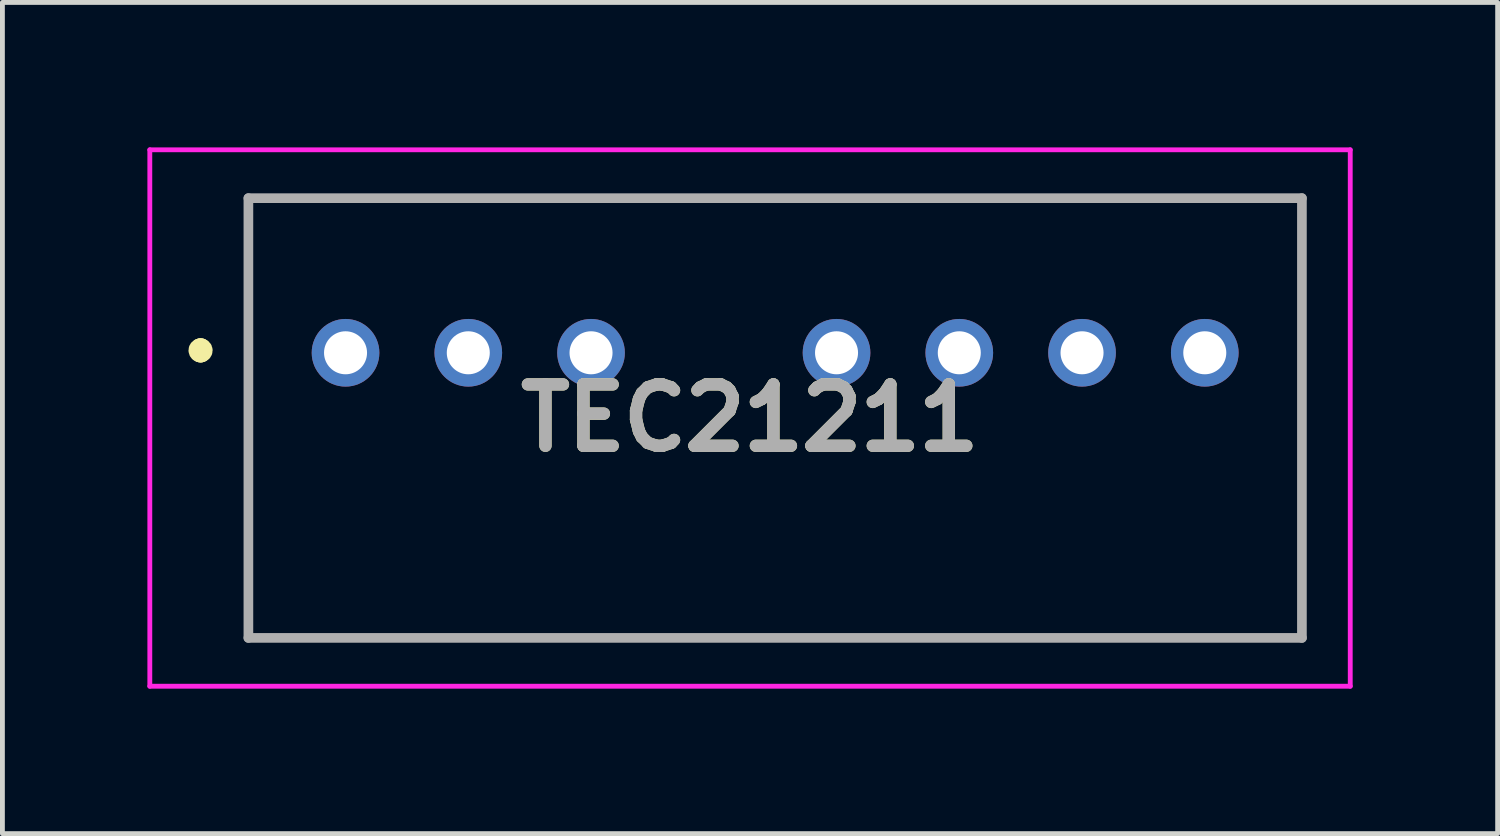
<source format=kicad_pcb>
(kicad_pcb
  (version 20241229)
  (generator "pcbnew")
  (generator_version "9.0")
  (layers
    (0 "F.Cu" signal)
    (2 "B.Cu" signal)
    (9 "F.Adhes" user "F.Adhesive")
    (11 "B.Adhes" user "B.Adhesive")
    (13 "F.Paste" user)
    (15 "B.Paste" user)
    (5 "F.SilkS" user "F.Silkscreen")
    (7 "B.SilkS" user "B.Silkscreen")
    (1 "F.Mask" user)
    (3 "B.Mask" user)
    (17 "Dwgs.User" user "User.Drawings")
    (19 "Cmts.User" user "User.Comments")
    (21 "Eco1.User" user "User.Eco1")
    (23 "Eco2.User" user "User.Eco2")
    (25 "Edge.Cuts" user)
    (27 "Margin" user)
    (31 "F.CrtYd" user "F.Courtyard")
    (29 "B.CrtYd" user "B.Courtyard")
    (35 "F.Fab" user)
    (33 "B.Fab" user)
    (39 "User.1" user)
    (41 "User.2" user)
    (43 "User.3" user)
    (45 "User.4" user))
  (footprint "TEC21211"
    (layer "F.Cu")
    (at 4.1 4.25)
    (property "Reference" "TEC21211" (at 8.37 1.35 0) (layer "F.SilkS") (effects (font (size 1.27 1.27) (thickness 0.254))))
    (attr through_hole)
    (fp_line (start -3 -0.1) (end -3 -0.1) (stroke (width 0.4) (type solid)) (layer "F.SilkS"))
    (fp_line (start -3 0) (end -3 0) (stroke (width 0.4) (type solid)) (layer "F.SilkS"))
    (fp_line (start -2.01 -3.2) (end 19.79 -3.2) (stroke (width 0.1) (type solid)) (layer "F.SilkS"))
    (fp_line (start -2.01 5.9) (end -2.01 -3.2) (stroke (width 0.1) (type solid)) (layer "F.SilkS"))
    (fp_line (start 19.79 -3.2) (end 19.79 5.9) (stroke (width 0.1) (type solid)) (layer "F.SilkS"))
    (fp_line (start 19.79 5.9) (end -2.01 5.9) (stroke (width 0.1) (type solid)) (layer "F.SilkS"))
    (fp_arc (start -3 -0.1) (mid -2.95 -0.05) (end -3 0) (stroke (width 0.4) (type solid)) (layer "F.SilkS"))
    (fp_arc (start -3 0) (mid -3.05 -0.05) (end -3 -0.1) (stroke (width 0.4) (type solid)) (layer "F.SilkS"))
    (fp_line (start -4.05 -4.2) (end 20.79 -4.2) (stroke (width 0.1) (type solid)) (layer "F.CrtYd"))
    (fp_line (start -4.05 6.9) (end -4.05 -4.2) (stroke (width 0.1) (type solid)) (layer "F.CrtYd"))
    (fp_line (start 20.79 -4.2) (end 20.79 6.9) (stroke (width 0.1) (type solid)) (layer "F.CrtYd"))
    (fp_line (start 20.79 6.9) (end -4.05 6.9) (stroke (width 0.1) (type solid)) (layer "F.CrtYd"))
    (fp_line (start -2.01 -3.2) (end 19.79 -3.2) (stroke (width 0.2) (type solid)) (layer "F.Fab"))
    (fp_line (start -2.01 5.9) (end -2.01 -3.2) (stroke (width 0.2) (type solid)) (layer "F.Fab"))
    (fp_line (start 19.79 -3.2) (end 19.79 5.9) (stroke (width 0.2) (type solid)) (layer "F.Fab"))
    (fp_line (start 19.79 5.9) (end -2.01 5.9) (stroke (width 0.2) (type solid)) (layer "F.Fab"))
    (fp_text user "${REFERENCE}" (at 8.37 1.35 0) (layer "F.Fab") (effects (font (size 1.27 1.27) (thickness 0.254))))
    (pad "1" thru_hole circle (at 0 0) (size 1.4 1.4) (drill 0.89) (layers "*.Cu" "*.Mask"))
    (pad "2" thru_hole circle (at 2.54 0) (size 1.4 1.4) (drill 0.89) (layers "*.Cu" "*.Mask"))
    (pad "3" thru_hole circle (at 5.08 0) (size 1.4 1.4) (drill 0.89) (layers "*.Cu" "*.Mask"))
    (pad "5" thru_hole circle (at 10.16 0) (size 1.4 1.4) (drill 0.89) (layers "*.Cu" "*.Mask"))
    (pad "6" thru_hole circle (at 12.7 0) (size 1.4 1.4) (drill 0.89) (layers "*.Cu" "*.Mask"))
    (pad "7" thru_hole circle (at 15.24 0) (size 1.4 1.4) (drill 0.89) (layers "*.Cu" "*.Mask"))
    (pad "8" thru_hole circle (at 17.78 0) (size 1.4 1.4) (drill 0.89) (layers "*.Cu" "*.Mask")))
  (gr_rect
    (start -3 -3)
    (end 27.94 14.2)
    (stroke (width 0.1) (type default))
    (fill no)
    (layer "Edge.Cuts")))
</source>
